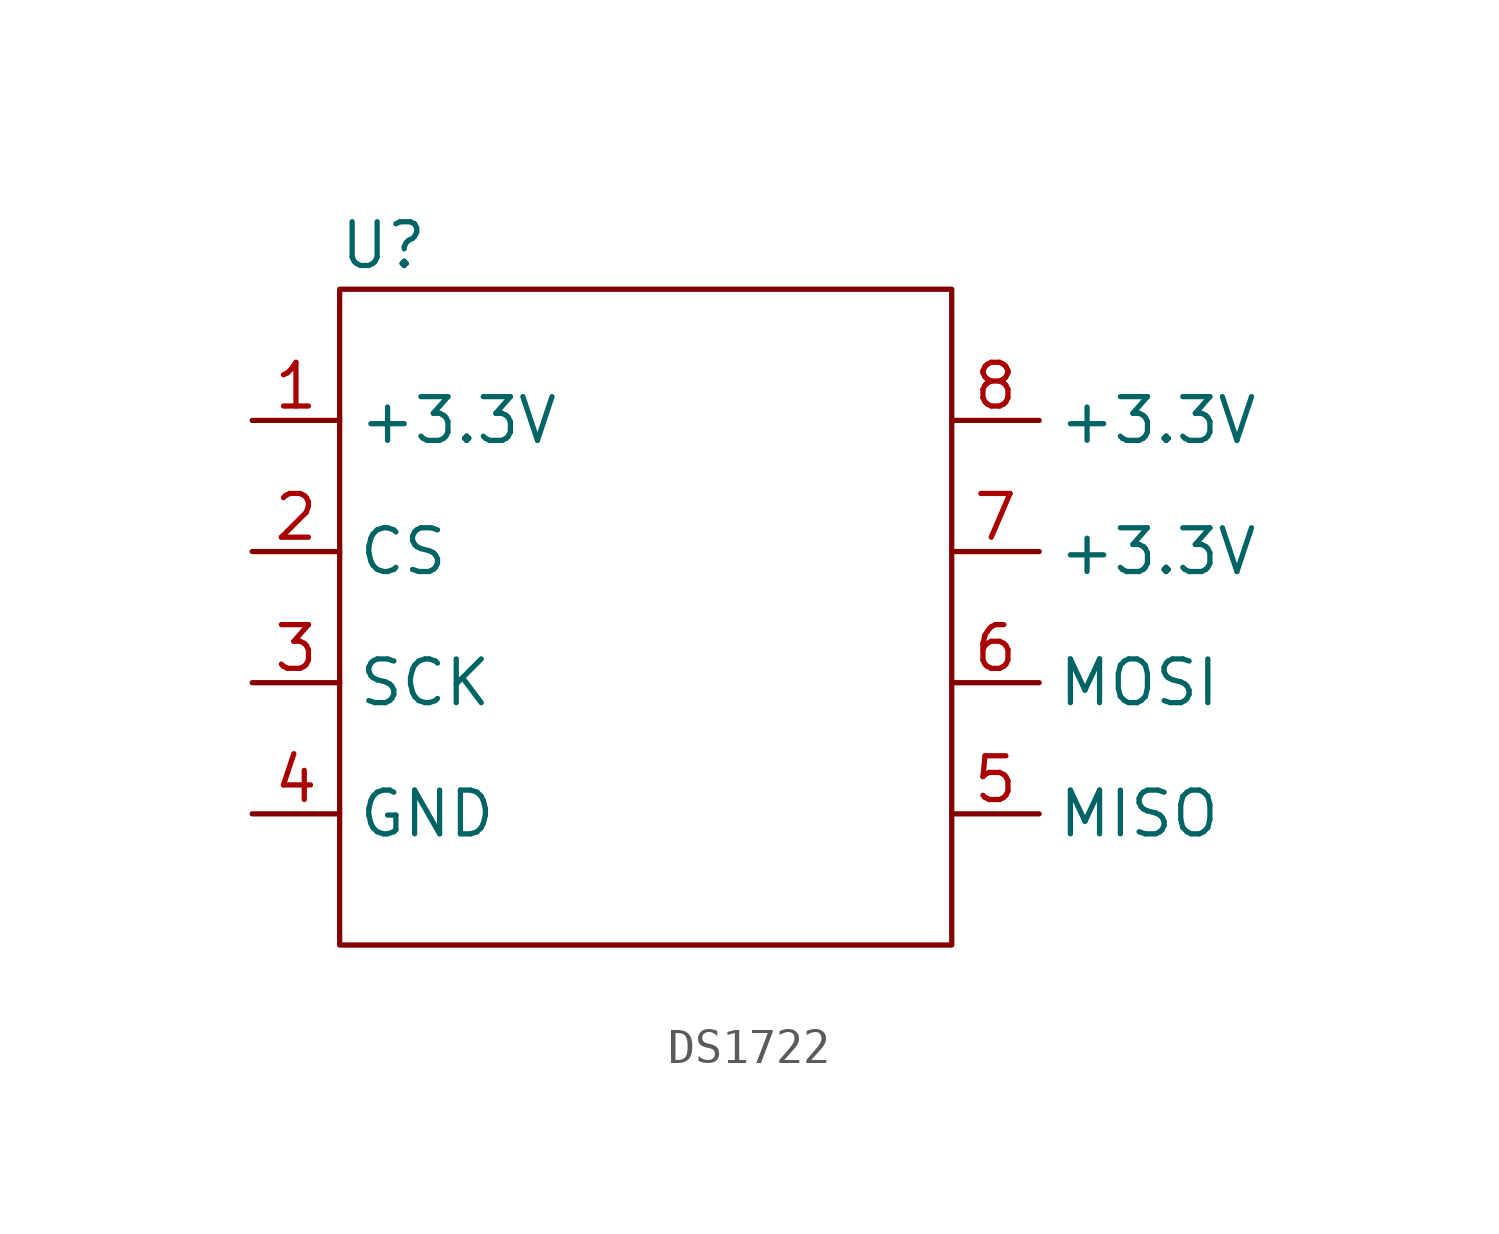
<source format=kicad_sym>
(kicad_symbol_lib
  (version 20220914)
  (generator kicad_symbol_editor)
  (symbol "DS1722"
    (pin_names
      (offset 0.505))
    (property "Reference" "U"
      (at -7.62 10.16 0)
      (effects (font (size 1.27 1.27))))
    (property "Value" ""
      (at 2.54 8.89 0)
      (effects (font (size 1.27 1.27))))
    (symbol "DS1722_0_1"
      (rectangle (start -8.89 8.89) (end 8.89 -10.16) (stroke (width 0) (type default)) (fill (type none))))
    (symbol "DS1722_1_1"
      (pin input line (at -11.43 5.08 0) (length 2.54) (name "+3.3V" (effects (font (size 1.27 1.27)))) (number "1" (effects (font (size 1.27 1.27)))))
      (pin input line (at -11.43 1.27 0) (length 2.54) (name "CS" (effects (font (size 1.27 1.27)))) (number "2" (effects (font (size 1.27 1.27)))))
      (pin input line (at -11.43 -2.54 0) (length 2.54) (name "SCK" (effects (font (size 1.27 1.27)))) (number "3" (effects (font (size 1.27 1.27)))))
      (pin input line (at -11.43 -6.35 0) (length 2.54) (name "GND" (effects (font (size 1.27 1.27)))) (number "4" (effects (font (size 1.27 1.27)))))
      (pin input line (at 8.89 -6.35 0) (length 2.54) (name "MISO" (effects (font (size 1.27 1.27)))) (number "5" (effects (font (size 1.27 1.27)))))
      (pin input line (at 8.89 -2.54 0) (length 2.54) (name "MOSI" (effects (font (size 1.27 1.27)))) (number "6" (effects (font (size 1.27 1.27)))))
      (pin input line (at 8.89 1.27 0) (length 2.54) (name "+3.3V" (effects (font (size 1.27 1.27)))) (number "7" (effects (font (size 1.27 1.27)))))
      (pin input line (at 8.89 5.08 0) (length 2.54) (name "+3.3V" (effects (font (size 1.27 1.27)))) (number "8" (effects (font (size 1.27 1.27))))))))
</source>
